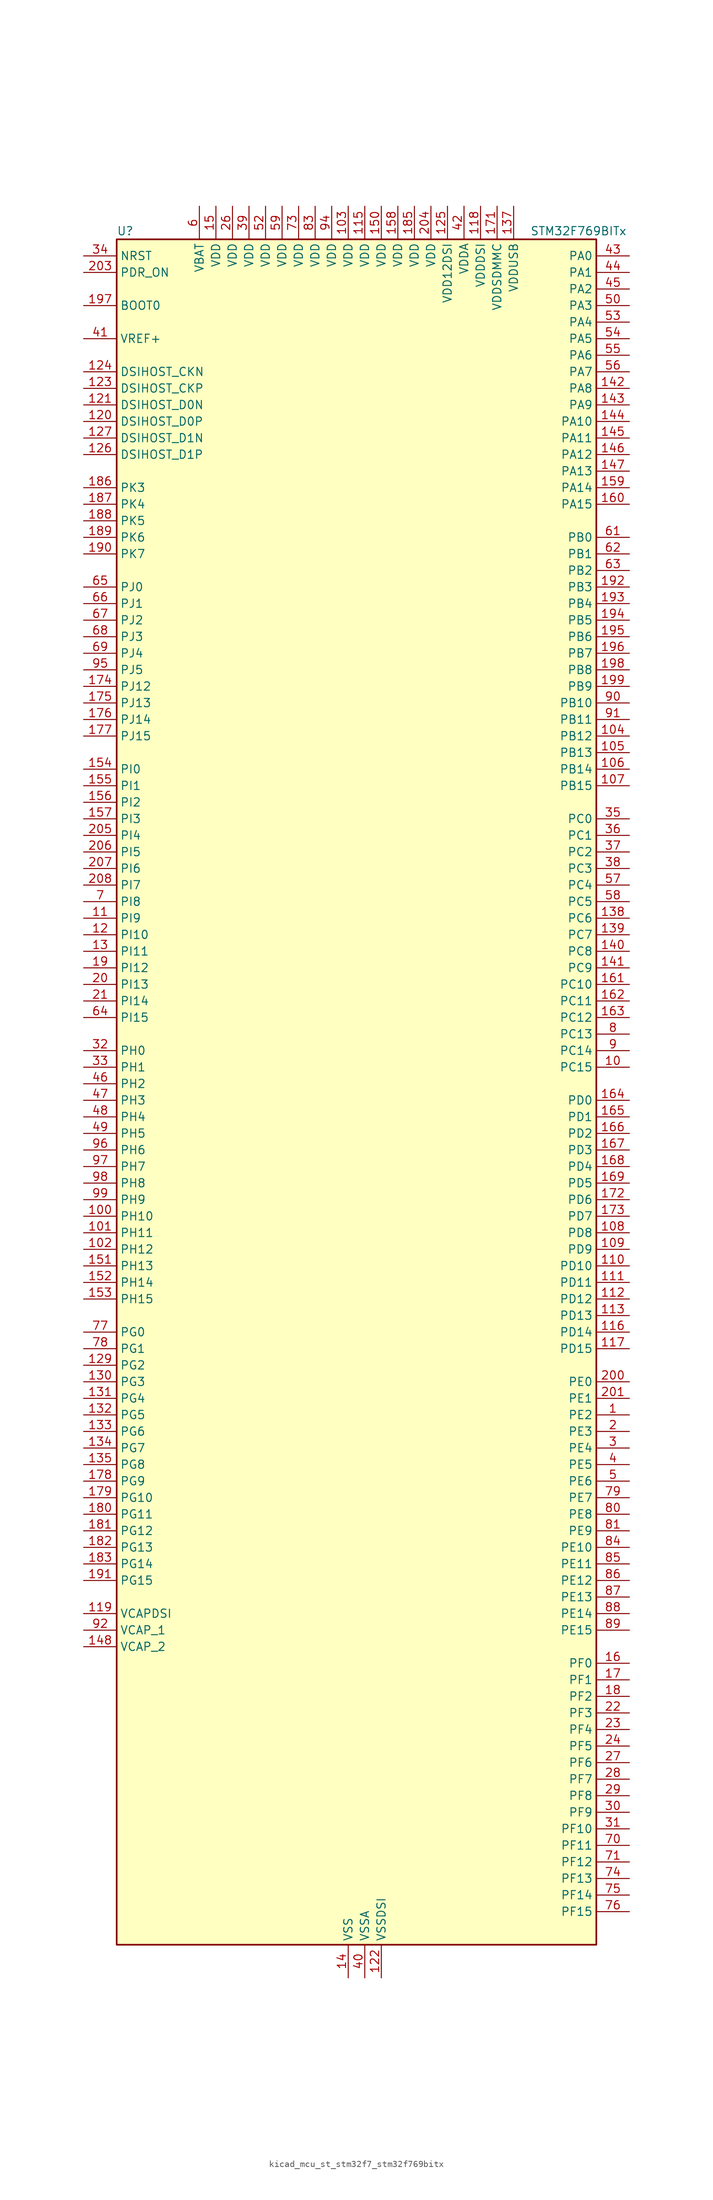
<source format=kicad_sym>
(kicad_symbol_lib
  (version 20220914)
  (generator kicad_symbol_editor)
  (symbol "kicad_mcu_st_stm32f7_stm32f769bitx"
    (property "Reference" "U"
      (at -35.56 133.35 0)
      (effects (font (size 1.27 1.27)) (justify left)))
    (property "Value" "STM32F769BITx"
      (at 27.94 133.35 0)
      (effects (font (size 1.27 1.27)) (justify left)))
    (property "ki_locked" ""
      (at 0 0 0)
      (effects (font (size 1.27 1.27))))
    (symbol "kicad_mcu_st_stm32f7_stm32f769bitx_0_1"
      (rectangle (start -35.56 -129.54) (end 38.1 132.08) (stroke (width 0.254) (type default)) (fill (type background))))
    (symbol "kicad_mcu_st_stm32f7_stm32f769bitx_1_1"
      (pin bidirectional line (at 43.18 -48.26 180) (length 5.08) (name "PE2" (effects (font (size 1.27 1.27)))) (number "1" (effects (font (size 1.27 1.27)))) (alternate "ETH_TXD3" bidirectional line) (alternate "FMC_A23" bidirectional line) (alternate "QUADSPI_BK1_IO2" bidirectional line) (alternate "SAI1_MCLK_A" bidirectional line) (alternate "SPI4_SCK" bidirectional line) (alternate "SYS_TRACECLK" bidirectional line))
      (pin bidirectional line (at 43.18 5.08 180) (length 5.08) (name "PC15" (effects (font (size 1.27 1.27)))) (number "10" (effects (font (size 1.27 1.27)))) (alternate "RCC_OSC32_OUT" bidirectional line))
      (pin bidirectional line (at -40.64 -17.78 0) (length 5.08) (name "PH10" (effects (font (size 1.27 1.27)))) (number "100" (effects (font (size 1.27 1.27)))) (alternate "DCMI_D1" bidirectional line) (alternate "FMC_D18" bidirectional line) (alternate "I2C4_SMBA" bidirectional line) (alternate "LTDC_R4" bidirectional line) (alternate "TIM5_CH1" bidirectional line))
      (pin bidirectional line (at -40.64 -20.32 0) (length 5.08) (name "PH11" (effects (font (size 1.27 1.27)))) (number "101" (effects (font (size 1.27 1.27)))) (alternate "ADC1_EXTI11" bidirectional line) (alternate "ADC2_EXTI11" bidirectional line) (alternate "ADC3_EXTI11" bidirectional line) (alternate "DCMI_D2" bidirectional line) (alternate "FMC_D19" bidirectional line) (alternate "I2C4_SCL" bidirectional line) (alternate "LTDC_R5" bidirectional line) (alternate "TIM5_CH2" bidirectional line))
      (pin bidirectional line (at -40.64 -22.86 0) (length 5.08) (name "PH12" (effects (font (size 1.27 1.27)))) (number "102" (effects (font (size 1.27 1.27)))) (alternate "DCMI_D3" bidirectional line) (alternate "FMC_D20" bidirectional line) (alternate "I2C4_SDA" bidirectional line) (alternate "LTDC_R6" bidirectional line) (alternate "TIM5_CH3" bidirectional line))
      (pin power_in line (at 0 137.16 270) (length 5.08) (name "VDD" (effects (font (size 1.27 1.27)))) (number "103" (effects (font (size 1.27 1.27)))))
      (pin bidirectional line (at 43.18 55.88 180) (length 5.08) (name "PB12" (effects (font (size 1.27 1.27)))) (number "104" (effects (font (size 1.27 1.27)))) (alternate "CAN2_RX" bidirectional line) (alternate "DFSDM1_DATIN1" bidirectional line) (alternate "ETH_TXD0" bidirectional line) (alternate "I2C2_SMBA" bidirectional line) (alternate "I2S2_WS" bidirectional line) (alternate "SPI2_NSS" bidirectional line) (alternate "TIM1_BKIN" bidirectional line) (alternate "UART5_RX" bidirectional line) (alternate "USART3_CK" bidirectional line) (alternate "USB_OTG_HS_ID" bidirectional line) (alternate "USB_OTG_HS_ULPI_D5" bidirectional line))
      (pin bidirectional line (at 43.18 53.34 180) (length 5.08) (name "PB13" (effects (font (size 1.27 1.27)))) (number "105" (effects (font (size 1.27 1.27)))) (alternate "CAN2_TX" bidirectional line) (alternate "DFSDM1_CKIN1" bidirectional line) (alternate "ETH_TXD1" bidirectional line) (alternate "I2S2_CK" bidirectional line) (alternate "SPI2_SCK" bidirectional line) (alternate "TIM1_CH1N" bidirectional line) (alternate "UART5_TX" bidirectional line) (alternate "USART3_CTS" bidirectional line) (alternate "USB_OTG_HS_ULPI_D6" bidirectional line) (alternate "USB_OTG_HS_VBUS" bidirectional line))
      (pin bidirectional line (at 43.18 50.8 180) (length 5.08) (name "PB14" (effects (font (size 1.27 1.27)))) (number "106" (effects (font (size 1.27 1.27)))) (alternate "DFSDM1_DATIN2" bidirectional line) (alternate "SDMMC2_D0" bidirectional line) (alternate "SPI2_MISO" bidirectional line) (alternate "TIM12_CH1" bidirectional line) (alternate "TIM1_CH2N" bidirectional line) (alternate "TIM8_CH2N" bidirectional line) (alternate "UART4_DE" bidirectional line) (alternate "UART4_RTS" bidirectional line) (alternate "USART1_TX" bidirectional line) (alternate "USART3_DE" bidirectional line) (alternate "USART3_RTS" bidirectional line) (alternate "USB_OTG_HS_DM" bidirectional line))
      (pin bidirectional line (at 43.18 48.26 180) (length 5.08) (name "PB15" (effects (font (size 1.27 1.27)))) (number "107" (effects (font (size 1.27 1.27)))) (alternate "DFSDM1_CKIN2" bidirectional line) (alternate "I2S2_SD" bidirectional line) (alternate "RTC_REFIN" bidirectional line) (alternate "SDMMC2_D1" bidirectional line) (alternate "SPI2_MOSI" bidirectional line) (alternate "TIM12_CH2" bidirectional line) (alternate "TIM1_CH3N" bidirectional line) (alternate "TIM8_CH3N" bidirectional line) (alternate "UART4_CTS" bidirectional line) (alternate "USART1_RX" bidirectional line) (alternate "USB_OTG_HS_DP" bidirectional line))
      (pin bidirectional line (at 43.18 -20.32 180) (length 5.08) (name "PD8" (effects (font (size 1.27 1.27)))) (number "108" (effects (font (size 1.27 1.27)))) (alternate "DFSDM1_CKIN3" bidirectional line) (alternate "FMC_D13" bidirectional line) (alternate "FMC_DA13" bidirectional line) (alternate "SPDIFRX_IN1" bidirectional line) (alternate "USART3_TX" bidirectional line))
      (pin bidirectional line (at 43.18 -22.86 180) (length 5.08) (name "PD9" (effects (font (size 1.27 1.27)))) (number "109" (effects (font (size 1.27 1.27)))) (alternate "DAC_EXTI9" bidirectional line) (alternate "DFSDM1_DATIN3" bidirectional line) (alternate "FMC_D14" bidirectional line) (alternate "FMC_DA14" bidirectional line) (alternate "USART3_RX" bidirectional line))
      (pin bidirectional line (at -40.64 27.94 0) (length 5.08) (name "PI9" (effects (font (size 1.27 1.27)))) (number "11" (effects (font (size 1.27 1.27)))) (alternate "CAN1_RX" bidirectional line) (alternate "DAC_EXTI9" bidirectional line) (alternate "FMC_D30" bidirectional line) (alternate "LTDC_VSYNC" bidirectional line) (alternate "UART4_RX" bidirectional line))
      (pin bidirectional line (at 43.18 -25.4 180) (length 5.08) (name "PD10" (effects (font (size 1.27 1.27)))) (number "110" (effects (font (size 1.27 1.27)))) (alternate "DFSDM1_CKOUT" bidirectional line) (alternate "FMC_D15" bidirectional line) (alternate "FMC_DA15" bidirectional line) (alternate "LTDC_B3" bidirectional line) (alternate "USART3_CK" bidirectional line))
      (pin bidirectional line (at 43.18 -27.94 180) (length 5.08) (name "PD11" (effects (font (size 1.27 1.27)))) (number "111" (effects (font (size 1.27 1.27)))) (alternate "ADC1_EXTI11" bidirectional line) (alternate "ADC2_EXTI11" bidirectional line) (alternate "ADC3_EXTI11" bidirectional line) (alternate "FMC_A16" bidirectional line) (alternate "FMC_CLE" bidirectional line) (alternate "I2C4_SMBA" bidirectional line) (alternate "QUADSPI_BK1_IO0" bidirectional line) (alternate "SAI2_SD_A" bidirectional line) (alternate "USART3_CTS" bidirectional line))
      (pin bidirectional line (at 43.18 -30.48 180) (length 5.08) (name "PD12" (effects (font (size 1.27 1.27)))) (number "112" (effects (font (size 1.27 1.27)))) (alternate "FMC_A17" bidirectional line) (alternate "FMC_ALE" bidirectional line) (alternate "I2C4_SCL" bidirectional line) (alternate "LPTIM1_IN1" bidirectional line) (alternate "QUADSPI_BK1_IO1" bidirectional line) (alternate "SAI2_FS_A" bidirectional line) (alternate "TIM4_CH1" bidirectional line) (alternate "USART3_DE" bidirectional line) (alternate "USART3_RTS" bidirectional line))
      (pin bidirectional line (at 43.18 -33.02 180) (length 5.08) (name "PD13" (effects (font (size 1.27 1.27)))) (number "113" (effects (font (size 1.27 1.27)))) (alternate "FMC_A18" bidirectional line) (alternate "I2C4_SDA" bidirectional line) (alternate "LPTIM1_OUT" bidirectional line) (alternate "QUADSPI_BK1_IO3" bidirectional line) (alternate "SAI2_SCK_A" bidirectional line) (alternate "TIM4_CH2" bidirectional line))
      (pin passive line (at 0 -134.62 90) (length 5.08) hide (name "VSS" (effects (font (size 1.27 1.27)))) (number "114" (effects (font (size 1.27 1.27)))))
      (pin power_in line (at 2.54 137.16 270) (length 5.08) (name "VDD" (effects (font (size 1.27 1.27)))) (number "115" (effects (font (size 1.27 1.27)))))
      (pin bidirectional line (at 43.18 -35.56 180) (length 5.08) (name "PD14" (effects (font (size 1.27 1.27)))) (number "116" (effects (font (size 1.27 1.27)))) (alternate "FMC_D0" bidirectional line) (alternate "FMC_DA0" bidirectional line) (alternate "TIM4_CH3" bidirectional line) (alternate "UART8_CTS" bidirectional line))
      (pin bidirectional line (at 43.18 -38.1 180) (length 5.08) (name "PD15" (effects (font (size 1.27 1.27)))) (number "117" (effects (font (size 1.27 1.27)))) (alternate "FMC_D1" bidirectional line) (alternate "FMC_DA1" bidirectional line) (alternate "TIM4_CH4" bidirectional line) (alternate "UART8_DE" bidirectional line) (alternate "UART8_RTS" bidirectional line))
      (pin power_in line (at 20.32 137.16 270) (length 5.08) (name "VDDDSI" (effects (font (size 1.27 1.27)))) (number "118" (effects (font (size 1.27 1.27)))))
      (pin power_out line (at -40.64 -78.74 0) (length 5.08) (name "VCAPDSI" (effects (font (size 1.27 1.27)))) (number "119" (effects (font (size 1.27 1.27)))))
      (pin bidirectional line (at -40.64 25.4 0) (length 5.08) (name "PI10" (effects (font (size 1.27 1.27)))) (number "12" (effects (font (size 1.27 1.27)))) (alternate "ETH_RX_ER" bidirectional line) (alternate "FMC_D31" bidirectional line) (alternate "LTDC_HSYNC" bidirectional line))
      (pin bidirectional line (at -40.64 104.14 0) (length 5.08) (name "DSIHOST_D0P" (effects (font (size 1.27 1.27)))) (number "120" (effects (font (size 1.27 1.27)))) (alternate "DSIHOST_D0P" bidirectional line))
      (pin bidirectional line (at -40.64 106.68 0) (length 5.08) (name "DSIHOST_D0N" (effects (font (size 1.27 1.27)))) (number "121" (effects (font (size 1.27 1.27)))) (alternate "DSIHOST_D0N" bidirectional line))
      (pin power_in line (at 5.08 -134.62 90) (length 5.08) (name "VSSDSI" (effects (font (size 1.27 1.27)))) (number "122" (effects (font (size 1.27 1.27)))))
      (pin bidirectional line (at -40.64 109.22 0) (length 5.08) (name "DSIHOST_CKP" (effects (font (size 1.27 1.27)))) (number "123" (effects (font (size 1.27 1.27)))) (alternate "DSIHOST_CKP" bidirectional line))
      (pin bidirectional line (at -40.64 111.76 0) (length 5.08) (name "DSIHOST_CKN" (effects (font (size 1.27 1.27)))) (number "124" (effects (font (size 1.27 1.27)))) (alternate "DSIHOST_CKN" bidirectional line))
      (pin power_in line (at 15.24 137.16 270) (length 5.08) (name "VDD12DSI" (effects (font (size 1.27 1.27)))) (number "125" (effects (font (size 1.27 1.27)))))
      (pin bidirectional line (at -40.64 99.06 0) (length 5.08) (name "DSIHOST_D1P" (effects (font (size 1.27 1.27)))) (number "126" (effects (font (size 1.27 1.27)))) (alternate "DSIHOST_D1P" bidirectional line))
      (pin bidirectional line (at -40.64 101.6 0) (length 5.08) (name "DSIHOST_D1N" (effects (font (size 1.27 1.27)))) (number "127" (effects (font (size 1.27 1.27)))) (alternate "DSIHOST_D1N" bidirectional line))
      (pin passive line (at 5.08 -134.62 90) (length 5.08) hide (name "VSSDSI" (effects (font (size 1.27 1.27)))) (number "128" (effects (font (size 1.27 1.27)))))
      (pin bidirectional line (at -40.64 -40.64 0) (length 5.08) (name "PG2" (effects (font (size 1.27 1.27)))) (number "129" (effects (font (size 1.27 1.27)))) (alternate "FMC_A12" bidirectional line))
      (pin bidirectional line (at -40.64 22.86 0) (length 5.08) (name "PI11" (effects (font (size 1.27 1.27)))) (number "13" (effects (font (size 1.27 1.27)))) (alternate "ADC1_EXTI11" bidirectional line) (alternate "ADC2_EXTI11" bidirectional line) (alternate "ADC3_EXTI11" bidirectional line) (alternate "LTDC_G6" bidirectional line) (alternate "SYS_WKUP6" bidirectional line) (alternate "USB_OTG_HS_ULPI_DIR" bidirectional line))
      (pin bidirectional line (at -40.64 -43.18 0) (length 5.08) (name "PG3" (effects (font (size 1.27 1.27)))) (number "130" (effects (font (size 1.27 1.27)))) (alternate "FMC_A13" bidirectional line))
      (pin bidirectional line (at -40.64 -45.72 0) (length 5.08) (name "PG4" (effects (font (size 1.27 1.27)))) (number "131" (effects (font (size 1.27 1.27)))) (alternate "FMC_A14" bidirectional line) (alternate "FMC_BA0" bidirectional line))
      (pin bidirectional line (at -40.64 -48.26 0) (length 5.08) (name "PG5" (effects (font (size 1.27 1.27)))) (number "132" (effects (font (size 1.27 1.27)))) (alternate "FMC_A15" bidirectional line) (alternate "FMC_BA1" bidirectional line))
      (pin bidirectional line (at -40.64 -50.8 0) (length 5.08) (name "PG6" (effects (font (size 1.27 1.27)))) (number "133" (effects (font (size 1.27 1.27)))) (alternate "DCMI_D12" bidirectional line) (alternate "FMC_NE3" bidirectional line) (alternate "LTDC_R7" bidirectional line))
      (pin bidirectional line (at -40.64 -53.34 0) (length 5.08) (name "PG7" (effects (font (size 1.27 1.27)))) (number "134" (effects (font (size 1.27 1.27)))) (alternate "DCMI_D13" bidirectional line) (alternate "FMC_INT" bidirectional line) (alternate "LTDC_CLK" bidirectional line) (alternate "SAI1_MCLK_A" bidirectional line) (alternate "USART6_CK" bidirectional line))
      (pin bidirectional line (at -40.64 -55.88 0) (length 5.08) (name "PG8" (effects (font (size 1.27 1.27)))) (number "135" (effects (font (size 1.27 1.27)))) (alternate "ETH_PPS_OUT" bidirectional line) (alternate "FMC_SDCLK" bidirectional line) (alternate "LTDC_G7" bidirectional line) (alternate "SPDIFRX_IN2" bidirectional line) (alternate "SPI6_NSS" bidirectional line) (alternate "USART6_DE" bidirectional line) (alternate "USART6_RTS" bidirectional line))
      (pin passive line (at 0 -134.62 90) (length 5.08) hide (name "VSS" (effects (font (size 1.27 1.27)))) (number "136" (effects (font (size 1.27 1.27)))))
      (pin power_in line (at 25.4 137.16 270) (length 5.08) (name "VDDUSB" (effects (font (size 1.27 1.27)))) (number "137" (effects (font (size 1.27 1.27)))))
      (pin bidirectional line (at 43.18 27.94 180) (length 5.08) (name "PC6" (effects (font (size 1.27 1.27)))) (number "138" (effects (font (size 1.27 1.27)))) (alternate "DCMI_D0" bidirectional line) (alternate "DFSDM1_CKIN3" bidirectional line) (alternate "FMC_NWAIT" bidirectional line) (alternate "I2S2_MCK" bidirectional line) (alternate "LTDC_HSYNC" bidirectional line) (alternate "SDMMC1_D6" bidirectional line) (alternate "SDMMC2_D6" bidirectional line) (alternate "TIM3_CH1" bidirectional line) (alternate "TIM8_CH1" bidirectional line) (alternate "USART6_TX" bidirectional line))
      (pin bidirectional line (at 43.18 25.4 180) (length 5.08) (name "PC7" (effects (font (size 1.27 1.27)))) (number "139" (effects (font (size 1.27 1.27)))) (alternate "DCMI_D1" bidirectional line) (alternate "DFSDM1_DATIN3" bidirectional line) (alternate "FMC_NE1" bidirectional line) (alternate "I2S3_MCK" bidirectional line) (alternate "LTDC_G6" bidirectional line) (alternate "SDMMC1_D7" bidirectional line) (alternate "SDMMC2_D7" bidirectional line) (alternate "TIM3_CH2" bidirectional line) (alternate "TIM8_CH2" bidirectional line) (alternate "USART6_RX" bidirectional line))
      (pin power_in line (at 0 -134.62 90) (length 5.08) (name "VSS" (effects (font (size 1.27 1.27)))) (number "14" (effects (font (size 1.27 1.27)))))
      (pin bidirectional line (at 43.18 22.86 180) (length 5.08) (name "PC8" (effects (font (size 1.27 1.27)))) (number "140" (effects (font (size 1.27 1.27)))) (alternate "DCMI_D2" bidirectional line) (alternate "FMC_NCE" bidirectional line) (alternate "FMC_NE2" bidirectional line) (alternate "SDMMC1_D0" bidirectional line) (alternate "SYS_TRACED1" bidirectional line) (alternate "TIM3_CH3" bidirectional line) (alternate "TIM8_CH3" bidirectional line) (alternate "UART5_DE" bidirectional line) (alternate "UART5_RTS" bidirectional line) (alternate "USART6_CK" bidirectional line))
      (pin bidirectional line (at 43.18 20.32 180) (length 5.08) (name "PC9" (effects (font (size 1.27 1.27)))) (number "141" (effects (font (size 1.27 1.27)))) (alternate "DAC_EXTI9" bidirectional line) (alternate "DCMI_D3" bidirectional line) (alternate "I2C3_SDA" bidirectional line) (alternate "I2S_CKIN" bidirectional line) (alternate "LTDC_B2" bidirectional line) (alternate "LTDC_G3" bidirectional line) (alternate "QUADSPI_BK1_IO0" bidirectional line) (alternate "RCC_MCO_2" bidirectional line) (alternate "SDMMC1_D1" bidirectional line) (alternate "TIM3_CH4" bidirectional line) (alternate "TIM8_CH4" bidirectional line) (alternate "UART5_CTS" bidirectional line))
      (pin bidirectional line (at 43.18 109.22 180) (length 5.08) (name "PA8" (effects (font (size 1.27 1.27)))) (number "142" (effects (font (size 1.27 1.27)))) (alternate "CAN3_RX" bidirectional line) (alternate "I2C3_SCL" bidirectional line) (alternate "LTDC_B3" bidirectional line) (alternate "LTDC_R6" bidirectional line) (alternate "RCC_MCO_1" bidirectional line) (alternate "TIM1_CH1" bidirectional line) (alternate "TIM8_BKIN2" bidirectional line) (alternate "UART7_RX" bidirectional line) (alternate "USART1_CK" bidirectional line) (alternate "USB_OTG_FS_SOF" bidirectional line))
      (pin bidirectional line (at 43.18 106.68 180) (length 5.08) (name "PA9" (effects (font (size 1.27 1.27)))) (number "143" (effects (font (size 1.27 1.27)))) (alternate "DAC_EXTI9" bidirectional line) (alternate "DCMI_D0" bidirectional line) (alternate "I2C3_SMBA" bidirectional line) (alternate "I2S2_CK" bidirectional line) (alternate "LTDC_R5" bidirectional line) (alternate "SPI2_SCK" bidirectional line) (alternate "TIM1_CH2" bidirectional line) (alternate "USART1_TX" bidirectional line) (alternate "USB_OTG_FS_VBUS" bidirectional line))
      (pin bidirectional line (at 43.18 104.14 180) (length 5.08) (name "PA10" (effects (font (size 1.27 1.27)))) (number "144" (effects (font (size 1.27 1.27)))) (alternate "DCMI_D1" bidirectional line) (alternate "LTDC_B1" bidirectional line) (alternate "LTDC_B4" bidirectional line) (alternate "MDIOS_MDIO" bidirectional line) (alternate "TIM1_CH3" bidirectional line) (alternate "USART1_RX" bidirectional line) (alternate "USB_OTG_FS_ID" bidirectional line))
      (pin bidirectional line (at 43.18 101.6 180) (length 5.08) (name "PA11" (effects (font (size 1.27 1.27)))) (number "145" (effects (font (size 1.27 1.27)))) (alternate "ADC1_EXTI11" bidirectional line) (alternate "ADC2_EXTI11" bidirectional line) (alternate "ADC3_EXTI11" bidirectional line) (alternate "CAN1_RX" bidirectional line) (alternate "I2S2_WS" bidirectional line) (alternate "LTDC_R4" bidirectional line) (alternate "SPI2_NSS" bidirectional line) (alternate "TIM1_CH4" bidirectional line) (alternate "UART4_RX" bidirectional line) (alternate "USART1_CTS" bidirectional line) (alternate "USB_OTG_FS_DM" bidirectional line))
      (pin bidirectional line (at 43.18 99.06 180) (length 5.08) (name "PA12" (effects (font (size 1.27 1.27)))) (number "146" (effects (font (size 1.27 1.27)))) (alternate "CAN1_TX" bidirectional line) (alternate "I2S2_CK" bidirectional line) (alternate "LTDC_R5" bidirectional line) (alternate "SAI2_FS_B" bidirectional line) (alternate "SPI2_SCK" bidirectional line) (alternate "TIM1_ETR" bidirectional line) (alternate "UART4_TX" bidirectional line) (alternate "USART1_DE" bidirectional line) (alternate "USART1_RTS" bidirectional line) (alternate "USB_OTG_FS_DP" bidirectional line))
      (pin bidirectional line (at 43.18 96.52 180) (length 5.08) (name "PA13" (effects (font (size 1.27 1.27)))) (number "147" (effects (font (size 1.27 1.27)))) (alternate "SYS_JTMS-SWDIO" bidirectional line))
      (pin power_out line (at -40.64 -83.82 0) (length 5.08) (name "VCAP_2" (effects (font (size 1.27 1.27)))) (number "148" (effects (font (size 1.27 1.27)))))
      (pin passive line (at 0 -134.62 90) (length 5.08) hide (name "VSS" (effects (font (size 1.27 1.27)))) (number "149" (effects (font (size 1.27 1.27)))))
      (pin power_in line (at -20.32 137.16 270) (length 5.08) (name "VDD" (effects (font (size 1.27 1.27)))) (number "15" (effects (font (size 1.27 1.27)))))
      (pin power_in line (at 5.08 137.16 270) (length 5.08) (name "VDD" (effects (font (size 1.27 1.27)))) (number "150" (effects (font (size 1.27 1.27)))))
      (pin bidirectional line (at -40.64 -25.4 0) (length 5.08) (name "PH13" (effects (font (size 1.27 1.27)))) (number "151" (effects (font (size 1.27 1.27)))) (alternate "CAN1_TX" bidirectional line) (alternate "FMC_D21" bidirectional line) (alternate "LTDC_G2" bidirectional line) (alternate "TIM8_CH1N" bidirectional line) (alternate "UART4_TX" bidirectional line))
      (pin bidirectional line (at -40.64 -27.94 0) (length 5.08) (name "PH14" (effects (font (size 1.27 1.27)))) (number "152" (effects (font (size 1.27 1.27)))) (alternate "CAN1_RX" bidirectional line) (alternate "DCMI_D4" bidirectional line) (alternate "FMC_D22" bidirectional line) (alternate "LTDC_G3" bidirectional line) (alternate "TIM8_CH2N" bidirectional line) (alternate "UART4_RX" bidirectional line))
      (pin bidirectional line (at -40.64 -30.48 0) (length 5.08) (name "PH15" (effects (font (size 1.27 1.27)))) (number "153" (effects (font (size 1.27 1.27)))) (alternate "DCMI_D11" bidirectional line) (alternate "FMC_D23" bidirectional line) (alternate "LTDC_G4" bidirectional line) (alternate "TIM8_CH3N" bidirectional line))
      (pin bidirectional line (at -40.64 50.8 0) (length 5.08) (name "PI0" (effects (font (size 1.27 1.27)))) (number "154" (effects (font (size 1.27 1.27)))) (alternate "DCMI_D13" bidirectional line) (alternate "FMC_D24" bidirectional line) (alternate "I2S2_WS" bidirectional line) (alternate "LTDC_G5" bidirectional line) (alternate "SPI2_NSS" bidirectional line) (alternate "TIM5_CH4" bidirectional line))
      (pin bidirectional line (at -40.64 48.26 0) (length 5.08) (name "PI1" (effects (font (size 1.27 1.27)))) (number "155" (effects (font (size 1.27 1.27)))) (alternate "DCMI_D8" bidirectional line) (alternate "FMC_D25" bidirectional line) (alternate "I2S2_CK" bidirectional line) (alternate "LTDC_G6" bidirectional line) (alternate "SPI2_SCK" bidirectional line) (alternate "TIM8_BKIN2" bidirectional line))
      (pin bidirectional line (at -40.64 45.72 0) (length 5.08) (name "PI2" (effects (font (size 1.27 1.27)))) (number "156" (effects (font (size 1.27 1.27)))) (alternate "DCMI_D9" bidirectional line) (alternate "FMC_D26" bidirectional line) (alternate "LTDC_G7" bidirectional line) (alternate "SPI2_MISO" bidirectional line) (alternate "TIM8_CH4" bidirectional line))
      (pin bidirectional line (at -40.64 43.18 0) (length 5.08) (name "PI3" (effects (font (size 1.27 1.27)))) (number "157" (effects (font (size 1.27 1.27)))) (alternate "DCMI_D10" bidirectional line) (alternate "FMC_D27" bidirectional line) (alternate "I2S2_SD" bidirectional line) (alternate "SPI2_MOSI" bidirectional line) (alternate "TIM8_ETR" bidirectional line))
      (pin power_in line (at 7.62 137.16 270) (length 5.08) (name "VDD" (effects (font (size 1.27 1.27)))) (number "158" (effects (font (size 1.27 1.27)))))
      (pin bidirectional line (at 43.18 93.98 180) (length 5.08) (name "PA14" (effects (font (size 1.27 1.27)))) (number "159" (effects (font (size 1.27 1.27)))) (alternate "SYS_JTCK-SWCLK" bidirectional line))
      (pin bidirectional line (at 43.18 -86.36 180) (length 5.08) (name "PF0" (effects (font (size 1.27 1.27)))) (number "16" (effects (font (size 1.27 1.27)))) (alternate "FMC_A0" bidirectional line) (alternate "I2C2_SDA" bidirectional line))
      (pin bidirectional line (at 43.18 91.44 180) (length 5.08) (name "PA15" (effects (font (size 1.27 1.27)))) (number "160" (effects (font (size 1.27 1.27)))) (alternate "CAN3_TX" bidirectional line) (alternate "CEC" bidirectional line) (alternate "I2S1_WS" bidirectional line) (alternate "I2S3_WS" bidirectional line) (alternate "SPI1_NSS" bidirectional line) (alternate "SPI3_NSS" bidirectional line) (alternate "SPI6_NSS" bidirectional line) (alternate "SYS_JTDI" bidirectional line) (alternate "TIM2_CH1" bidirectional line) (alternate "TIM2_ETR" bidirectional line) (alternate "UART4_DE" bidirectional line) (alternate "UART4_RTS" bidirectional line) (alternate "UART7_TX" bidirectional line))
      (pin bidirectional line (at 43.18 17.78 180) (length 5.08) (name "PC10" (effects (font (size 1.27 1.27)))) (number "161" (effects (font (size 1.27 1.27)))) (alternate "DCMI_D8" bidirectional line) (alternate "DFSDM1_CKIN5" bidirectional line) (alternate "I2S3_CK" bidirectional line) (alternate "LTDC_R2" bidirectional line) (alternate "QUADSPI_BK1_IO1" bidirectional line) (alternate "SDMMC1_D2" bidirectional line) (alternate "SPI3_SCK" bidirectional line) (alternate "UART4_TX" bidirectional line) (alternate "USART3_TX" bidirectional line))
      (pin bidirectional line (at 43.18 15.24 180) (length 5.08) (name "PC11" (effects (font (size 1.27 1.27)))) (number "162" (effects (font (size 1.27 1.27)))) (alternate "ADC1_EXTI11" bidirectional line) (alternate "ADC2_EXTI11" bidirectional line) (alternate "ADC3_EXTI11" bidirectional line) (alternate "DCMI_D4" bidirectional line) (alternate "DFSDM1_DATIN5" bidirectional line) (alternate "QUADSPI_BK2_NCS" bidirectional line) (alternate "SDMMC1_D3" bidirectional line) (alternate "SPI3_MISO" bidirectional line) (alternate "UART4_RX" bidirectional line) (alternate "USART3_RX" bidirectional line))
      (pin bidirectional line (at 43.18 12.7 180) (length 5.08) (name "PC12" (effects (font (size 1.27 1.27)))) (number "163" (effects (font (size 1.27 1.27)))) (alternate "DCMI_D9" bidirectional line) (alternate "I2S3_SD" bidirectional line) (alternate "SDMMC1_CK" bidirectional line) (alternate "SPI3_MOSI" bidirectional line) (alternate "SYS_TRACED3" bidirectional line) (alternate "UART5_TX" bidirectional line) (alternate "USART3_CK" bidirectional line))
      (pin bidirectional line (at 43.18 0 180) (length 5.08) (name "PD0" (effects (font (size 1.27 1.27)))) (number "164" (effects (font (size 1.27 1.27)))) (alternate "CAN1_RX" bidirectional line) (alternate "DFSDM1_CKIN6" bidirectional line) (alternate "DFSDM1_DATIN7" bidirectional line) (alternate "FMC_D2" bidirectional line) (alternate "FMC_DA2" bidirectional line) (alternate "UART4_RX" bidirectional line))
      (pin bidirectional line (at 43.18 -2.54 180) (length 5.08) (name "PD1" (effects (font (size 1.27 1.27)))) (number "165" (effects (font (size 1.27 1.27)))) (alternate "CAN1_TX" bidirectional line) (alternate "DFSDM1_CKIN7" bidirectional line) (alternate "DFSDM1_DATIN6" bidirectional line) (alternate "FMC_D3" bidirectional line) (alternate "FMC_DA3" bidirectional line) (alternate "UART4_TX" bidirectional line))
      (pin bidirectional line (at 43.18 -5.08 180) (length 5.08) (name "PD2" (effects (font (size 1.27 1.27)))) (number "166" (effects (font (size 1.27 1.27)))) (alternate "DCMI_D11" bidirectional line) (alternate "SDMMC1_CMD" bidirectional line) (alternate "SYS_TRACED2" bidirectional line) (alternate "TIM3_ETR" bidirectional line) (alternate "UART5_RX" bidirectional line))
      (pin bidirectional line (at 43.18 -7.62 180) (length 5.08) (name "PD3" (effects (font (size 1.27 1.27)))) (number "167" (effects (font (size 1.27 1.27)))) (alternate "DCMI_D5" bidirectional line) (alternate "DFSDM1_CKOUT" bidirectional line) (alternate "DFSDM1_DATIN0" bidirectional line) (alternate "FMC_CLK" bidirectional line) (alternate "I2S2_CK" bidirectional line) (alternate "LTDC_G7" bidirectional line) (alternate "SPI2_SCK" bidirectional line) (alternate "USART2_CTS" bidirectional line))
      (pin bidirectional line (at 43.18 -10.16 180) (length 5.08) (name "PD4" (effects (font (size 1.27 1.27)))) (number "168" (effects (font (size 1.27 1.27)))) (alternate "DFSDM1_CKIN0" bidirectional line) (alternate "FMC_NOE" bidirectional line) (alternate "USART2_DE" bidirectional line) (alternate "USART2_RTS" bidirectional line))
      (pin bidirectional line (at 43.18 -12.7 180) (length 5.08) (name "PD5" (effects (font (size 1.27 1.27)))) (number "169" (effects (font (size 1.27 1.27)))) (alternate "FMC_NWE" bidirectional line) (alternate "USART2_TX" bidirectional line))
      (pin bidirectional line (at 43.18 -88.9 180) (length 5.08) (name "PF1" (effects (font (size 1.27 1.27)))) (number "17" (effects (font (size 1.27 1.27)))) (alternate "FMC_A1" bidirectional line) (alternate "I2C2_SCL" bidirectional line))
      (pin passive line (at 0 -134.62 90) (length 5.08) hide (name "VSS" (effects (font (size 1.27 1.27)))) (number "170" (effects (font (size 1.27 1.27)))))
      (pin power_in line (at 22.86 137.16 270) (length 5.08) (name "VDDSDMMC" (effects (font (size 1.27 1.27)))) (number "171" (effects (font (size 1.27 1.27)))))
      (pin bidirectional line (at 43.18 -15.24 180) (length 5.08) (name "PD6" (effects (font (size 1.27 1.27)))) (number "172" (effects (font (size 1.27 1.27)))) (alternate "DCMI_D10" bidirectional line) (alternate "DFSDM1_CKIN4" bidirectional line) (alternate "DFSDM1_DATIN1" bidirectional line) (alternate "FMC_NWAIT" bidirectional line) (alternate "I2S3_SD" bidirectional line) (alternate "LTDC_B2" bidirectional line) (alternate "SAI1_SD_A" bidirectional line) (alternate "SDMMC2_CK" bidirectional line) (alternate "SPI3_MOSI" bidirectional line) (alternate "USART2_RX" bidirectional line))
      (pin bidirectional line (at 43.18 -17.78 180) (length 5.08) (name "PD7" (effects (font (size 1.27 1.27)))) (number "173" (effects (font (size 1.27 1.27)))) (alternate "DFSDM1_CKIN1" bidirectional line) (alternate "DFSDM1_DATIN4" bidirectional line) (alternate "FMC_NE1" bidirectional line) (alternate "I2S1_SD" bidirectional line) (alternate "SDMMC2_CMD" bidirectional line) (alternate "SPDIFRX_IN0" bidirectional line) (alternate "SPI1_MOSI" bidirectional line) (alternate "USART2_CK" bidirectional line))
      (pin bidirectional line (at -40.64 63.5 0) (length 5.08) (name "PJ12" (effects (font (size 1.27 1.27)))) (number "174" (effects (font (size 1.27 1.27)))) (alternate "LTDC_B0" bidirectional line) (alternate "LTDC_G3" bidirectional line))
      (pin bidirectional line (at -40.64 60.96 0) (length 5.08) (name "PJ13" (effects (font (size 1.27 1.27)))) (number "175" (effects (font (size 1.27 1.27)))) (alternate "LTDC_B1" bidirectional line) (alternate "LTDC_G4" bidirectional line))
      (pin bidirectional line (at -40.64 58.42 0) (length 5.08) (name "PJ14" (effects (font (size 1.27 1.27)))) (number "176" (effects (font (size 1.27 1.27)))) (alternate "LTDC_B2" bidirectional line))
      (pin bidirectional line (at -40.64 55.88 0) (length 5.08) (name "PJ15" (effects (font (size 1.27 1.27)))) (number "177" (effects (font (size 1.27 1.27)))) (alternate "LTDC_B3" bidirectional line))
      (pin bidirectional line (at -40.64 -58.42 0) (length 5.08) (name "PG9" (effects (font (size 1.27 1.27)))) (number "178" (effects (font (size 1.27 1.27)))) (alternate "DAC_EXTI9" bidirectional line) (alternate "DCMI_VSYNC" bidirectional line) (alternate "FMC_NCE" bidirectional line) (alternate "FMC_NE2" bidirectional line) (alternate "QUADSPI_BK2_IO2" bidirectional line) (alternate "SAI2_FS_B" bidirectional line) (alternate "SDMMC2_D0" bidirectional line) (alternate "SPDIFRX_IN3" bidirectional line) (alternate "SPI1_MISO" bidirectional line) (alternate "USART6_RX" bidirectional line))
      (pin bidirectional line (at -40.64 -60.96 0) (length 5.08) (name "PG10" (effects (font (size 1.27 1.27)))) (number "179" (effects (font (size 1.27 1.27)))) (alternate "DCMI_D2" bidirectional line) (alternate "FMC_NE3" bidirectional line) (alternate "I2S1_WS" bidirectional line) (alternate "LTDC_B2" bidirectional line) (alternate "LTDC_G3" bidirectional line) (alternate "SAI2_SD_B" bidirectional line) (alternate "SDMMC2_D1" bidirectional line) (alternate "SPI1_NSS" bidirectional line))
      (pin bidirectional line (at 43.18 -91.44 180) (length 5.08) (name "PF2" (effects (font (size 1.27 1.27)))) (number "18" (effects (font (size 1.27 1.27)))) (alternate "FMC_A2" bidirectional line) (alternate "I2C2_SMBA" bidirectional line))
      (pin bidirectional line (at -40.64 -63.5 0) (length 5.08) (name "PG11" (effects (font (size 1.27 1.27)))) (number "180" (effects (font (size 1.27 1.27)))) (alternate "ADC1_EXTI11" bidirectional line) (alternate "ADC2_EXTI11" bidirectional line) (alternate "ADC3_EXTI11" bidirectional line) (alternate "DCMI_D3" bidirectional line) (alternate "ETH_TX_EN" bidirectional line) (alternate "I2S1_CK" bidirectional line) (alternate "LTDC_B3" bidirectional line) (alternate "SDMMC2_D2" bidirectional line) (alternate "SPDIFRX_IN0" bidirectional line) (alternate "SPI1_SCK" bidirectional line))
      (pin bidirectional line (at -40.64 -66.04 0) (length 5.08) (name "PG12" (effects (font (size 1.27 1.27)))) (number "181" (effects (font (size 1.27 1.27)))) (alternate "FMC_NE4" bidirectional line) (alternate "LPTIM1_IN1" bidirectional line) (alternate "LTDC_B1" bidirectional line) (alternate "LTDC_B4" bidirectional line) (alternate "SDMMC2_D3" bidirectional line) (alternate "SPDIFRX_IN1" bidirectional line) (alternate "SPI6_MISO" bidirectional line) (alternate "USART6_DE" bidirectional line) (alternate "USART6_RTS" bidirectional line))
      (pin bidirectional line (at -40.64 -68.58 0) (length 5.08) (name "PG13" (effects (font (size 1.27 1.27)))) (number "182" (effects (font (size 1.27 1.27)))) (alternate "ETH_TXD0" bidirectional line) (alternate "FMC_A24" bidirectional line) (alternate "LPTIM1_OUT" bidirectional line) (alternate "LTDC_R0" bidirectional line) (alternate "SPI6_SCK" bidirectional line) (alternate "SYS_TRACED0" bidirectional line) (alternate "USART6_CTS" bidirectional line))
      (pin bidirectional line (at -40.64 -71.12 0) (length 5.08) (name "PG14" (effects (font (size 1.27 1.27)))) (number "183" (effects (font (size 1.27 1.27)))) (alternate "ETH_TXD1" bidirectional line) (alternate "FMC_A25" bidirectional line) (alternate "LPTIM1_ETR" bidirectional line) (alternate "LTDC_B0" bidirectional line) (alternate "QUADSPI_BK2_IO3" bidirectional line) (alternate "SPI6_MOSI" bidirectional line) (alternate "SYS_TRACED1" bidirectional line) (alternate "USART6_TX" bidirectional line))
      (pin passive line (at 0 -134.62 90) (length 5.08) hide (name "VSS" (effects (font (size 1.27 1.27)))) (number "184" (effects (font (size 1.27 1.27)))))
      (pin power_in line (at 10.16 137.16 270) (length 5.08) (name "VDD" (effects (font (size 1.27 1.27)))) (number "185" (effects (font (size 1.27 1.27)))))
      (pin bidirectional line (at -40.64 93.98 0) (length 5.08) (name "PK3" (effects (font (size 1.27 1.27)))) (number "186" (effects (font (size 1.27 1.27)))) (alternate "LTDC_B4" bidirectional line))
      (pin bidirectional line (at -40.64 91.44 0) (length 5.08) (name "PK4" (effects (font (size 1.27 1.27)))) (number "187" (effects (font (size 1.27 1.27)))) (alternate "LTDC_B5" bidirectional line))
      (pin bidirectional line (at -40.64 88.9 0) (length 5.08) (name "PK5" (effects (font (size 1.27 1.27)))) (number "188" (effects (font (size 1.27 1.27)))) (alternate "LTDC_B6" bidirectional line))
      (pin bidirectional line (at -40.64 86.36 0) (length 5.08) (name "PK6" (effects (font (size 1.27 1.27)))) (number "189" (effects (font (size 1.27 1.27)))) (alternate "LTDC_B7" bidirectional line))
      (pin bidirectional line (at -40.64 20.32 0) (length 5.08) (name "PI12" (effects (font (size 1.27 1.27)))) (number "19" (effects (font (size 1.27 1.27)))) (alternate "LTDC_HSYNC" bidirectional line))
      (pin bidirectional line (at -40.64 83.82 0) (length 5.08) (name "PK7" (effects (font (size 1.27 1.27)))) (number "190" (effects (font (size 1.27 1.27)))) (alternate "LTDC_DE" bidirectional line))
      (pin bidirectional line (at -40.64 -73.66 0) (length 5.08) (name "PG15" (effects (font (size 1.27 1.27)))) (number "191" (effects (font (size 1.27 1.27)))) (alternate "DCMI_D13" bidirectional line) (alternate "FMC_SDNCAS" bidirectional line) (alternate "USART6_CTS" bidirectional line))
      (pin bidirectional line (at 43.18 78.74 180) (length 5.08) (name "PB3" (effects (font (size 1.27 1.27)))) (number "192" (effects (font (size 1.27 1.27)))) (alternate "CAN3_RX" bidirectional line) (alternate "I2S1_CK" bidirectional line) (alternate "I2S3_CK" bidirectional line) (alternate "SDMMC2_D2" bidirectional line) (alternate "SPI1_SCK" bidirectional line) (alternate "SPI3_SCK" bidirectional line) (alternate "SPI6_SCK" bidirectional line) (alternate "SYS_JTDO-SWO" bidirectional line) (alternate "TIM2_CH2" bidirectional line) (alternate "UART7_RX" bidirectional line))
      (pin bidirectional line (at 43.18 76.2 180) (length 5.08) (name "PB4" (effects (font (size 1.27 1.27)))) (number "193" (effects (font (size 1.27 1.27)))) (alternate "CAN3_TX" bidirectional line) (alternate "I2S2_WS" bidirectional line) (alternate "SDMMC2_D3" bidirectional line) (alternate "SPI1_MISO" bidirectional line) (alternate "SPI2_NSS" bidirectional line) (alternate "SPI3_MISO" bidirectional line) (alternate "SPI6_MISO" bidirectional line) (alternate "SYS_JTRST" bidirectional line) (alternate "TIM3_CH1" bidirectional line) (alternate "UART7_TX" bidirectional line))
      (pin bidirectional line (at 43.18 73.66 180) (length 5.08) (name "PB5" (effects (font (size 1.27 1.27)))) (number "194" (effects (font (size 1.27 1.27)))) (alternate "CAN2_RX" bidirectional line) (alternate "DCMI_D10" bidirectional line) (alternate "ETH_PPS_OUT" bidirectional line) (alternate "FMC_SDCKE1" bidirectional line) (alternate "I2C1_SMBA" bidirectional line) (alternate "I2S1_SD" bidirectional line) (alternate "I2S3_SD" bidirectional line) (alternate "LTDC_G7" bidirectional line) (alternate "SPI1_MOSI" bidirectional line) (alternate "SPI3_MOSI" bidirectional line) (alternate "SPI6_MOSI" bidirectional line) (alternate "TIM3_CH2" bidirectional line) (alternate "UART5_RX" bidirectional line) (alternate "USB_OTG_HS_ULPI_D7" bidirectional line))
      (pin bidirectional line (at 43.18 71.12 180) (length 5.08) (name "PB6" (effects (font (size 1.27 1.27)))) (number "195" (effects (font (size 1.27 1.27)))) (alternate "CAN2_TX" bidirectional line) (alternate "CEC" bidirectional line) (alternate "DCMI_D5" bidirectional line) (alternate "DFSDM1_DATIN5" bidirectional line) (alternate "FMC_SDNE1" bidirectional line) (alternate "I2C1_SCL" bidirectional line) (alternate "I2C4_SCL" bidirectional line) (alternate "QUADSPI_BK1_NCS" bidirectional line) (alternate "TIM4_CH1" bidirectional line) (alternate "UART5_TX" bidirectional line) (alternate "USART1_TX" bidirectional line))
      (pin bidirectional line (at 43.18 68.58 180) (length 5.08) (name "PB7" (effects (font (size 1.27 1.27)))) (number "196" (effects (font (size 1.27 1.27)))) (alternate "DCMI_VSYNC" bidirectional line) (alternate "DFSDM1_CKIN5" bidirectional line) (alternate "FMC_NL" bidirectional line) (alternate "I2C1_SDA" bidirectional line) (alternate "I2C4_SDA" bidirectional line) (alternate "TIM4_CH2" bidirectional line) (alternate "USART1_RX" bidirectional line))
      (pin input line (at -40.64 121.92 0) (length 5.08) (name "BOOT0" (effects (font (size 1.27 1.27)))) (number "197" (effects (font (size 1.27 1.27)))))
      (pin bidirectional line (at 43.18 66.04 180) (length 5.08) (name "PB8" (effects (font (size 1.27 1.27)))) (number "198" (effects (font (size 1.27 1.27)))) (alternate "CAN1_RX" bidirectional line) (alternate "DCMI_D6" bidirectional line) (alternate "DFSDM1_CKIN7" bidirectional line) (alternate "ETH_TXD3" bidirectional line) (alternate "I2C1_SCL" bidirectional line) (alternate "I2C4_SCL" bidirectional line) (alternate "LTDC_B6" bidirectional line) (alternate "SDMMC1_D4" bidirectional line) (alternate "SDMMC2_D4" bidirectional line) (alternate "TIM10_CH1" bidirectional line) (alternate "TIM4_CH3" bidirectional line) (alternate "UART5_RX" bidirectional line))
      (pin bidirectional line (at 43.18 63.5 180) (length 5.08) (name "PB9" (effects (font (size 1.27 1.27)))) (number "199" (effects (font (size 1.27 1.27)))) (alternate "CAN1_TX" bidirectional line) (alternate "DAC_EXTI9" bidirectional line) (alternate "DCMI_D7" bidirectional line) (alternate "DFSDM1_DATIN7" bidirectional line) (alternate "I2C1_SDA" bidirectional line) (alternate "I2C4_SDA" bidirectional line) (alternate "I2C4_SMBA" bidirectional line) (alternate "I2S2_WS" bidirectional line) (alternate "LTDC_B7" bidirectional line) (alternate "SDMMC1_D5" bidirectional line) (alternate "SDMMC2_D5" bidirectional line) (alternate "SPI2_NSS" bidirectional line) (alternate "TIM11_CH1" bidirectional line) (alternate "TIM4_CH4" bidirectional line) (alternate "UART5_TX" bidirectional line))
      (pin bidirectional line (at 43.18 -50.8 180) (length 5.08) (name "PE3" (effects (font (size 1.27 1.27)))) (number "2" (effects (font (size 1.27 1.27)))) (alternate "FMC_A19" bidirectional line) (alternate "SAI1_SD_B" bidirectional line) (alternate "SYS_TRACED0" bidirectional line))
      (pin bidirectional line (at -40.64 17.78 0) (length 5.08) (name "PI13" (effects (font (size 1.27 1.27)))) (number "20" (effects (font (size 1.27 1.27)))) (alternate "LTDC_VSYNC" bidirectional line))
      (pin bidirectional line (at 43.18 -43.18 180) (length 5.08) (name "PE0" (effects (font (size 1.27 1.27)))) (number "200" (effects (font (size 1.27 1.27)))) (alternate "DCMI_D2" bidirectional line) (alternate "FMC_NBL0" bidirectional line) (alternate "LPTIM1_ETR" bidirectional line) (alternate "SAI2_MCLK_A" bidirectional line) (alternate "TIM4_ETR" bidirectional line) (alternate "UART8_RX" bidirectional line))
      (pin bidirectional line (at 43.18 -45.72 180) (length 5.08) (name "PE1" (effects (font (size 1.27 1.27)))) (number "201" (effects (font (size 1.27 1.27)))) (alternate "DCMI_D3" bidirectional line) (alternate "FMC_NBL1" bidirectional line) (alternate "LPTIM1_IN2" bidirectional line) (alternate "UART8_TX" bidirectional line))
      (pin passive line (at 0 -134.62 90) (length 5.08) hide (name "VSS" (effects (font (size 1.27 1.27)))) (number "202" (effects (font (size 1.27 1.27)))))
      (pin input line (at -40.64 127 0) (length 5.08) (name "PDR_ON" (effects (font (size 1.27 1.27)))) (number "203" (effects (font (size 1.27 1.27)))))
      (pin power_in line (at 12.7 137.16 270) (length 5.08) (name "VDD" (effects (font (size 1.27 1.27)))) (number "204" (effects (font (size 1.27 1.27)))))
      (pin bidirectional line (at -40.64 40.64 0) (length 5.08) (name "PI4" (effects (font (size 1.27 1.27)))) (number "205" (effects (font (size 1.27 1.27)))) (alternate "DCMI_D5" bidirectional line) (alternate "FMC_NBL2" bidirectional line) (alternate "LTDC_B4" bidirectional line) (alternate "SAI2_MCLK_A" bidirectional line) (alternate "TIM8_BKIN" bidirectional line))
      (pin bidirectional line (at -40.64 38.1 0) (length 5.08) (name "PI5" (effects (font (size 1.27 1.27)))) (number "206" (effects (font (size 1.27 1.27)))) (alternate "DCMI_VSYNC" bidirectional line) (alternate "FMC_NBL3" bidirectional line) (alternate "LTDC_B5" bidirectional line) (alternate "SAI2_SCK_A" bidirectional line) (alternate "TIM8_CH1" bidirectional line))
      (pin bidirectional line (at -40.64 35.56 0) (length 5.08) (name "PI6" (effects (font (size 1.27 1.27)))) (number "207" (effects (font (size 1.27 1.27)))) (alternate "DCMI_D6" bidirectional line) (alternate "FMC_D28" bidirectional line) (alternate "LTDC_B6" bidirectional line) (alternate "SAI2_SD_A" bidirectional line) (alternate "TIM8_CH2" bidirectional line))
      (pin bidirectional line (at -40.64 33.02 0) (length 5.08) (name "PI7" (effects (font (size 1.27 1.27)))) (number "208" (effects (font (size 1.27 1.27)))) (alternate "DCMI_D7" bidirectional line) (alternate "FMC_D29" bidirectional line) (alternate "LTDC_B7" bidirectional line) (alternate "SAI2_FS_A" bidirectional line) (alternate "TIM8_CH3" bidirectional line))
      (pin bidirectional line (at -40.64 15.24 0) (length 5.08) (name "PI14" (effects (font (size 1.27 1.27)))) (number "21" (effects (font (size 1.27 1.27)))) (alternate "LTDC_CLK" bidirectional line))
      (pin bidirectional line (at 43.18 -93.98 180) (length 5.08) (name "PF3" (effects (font (size 1.27 1.27)))) (number "22" (effects (font (size 1.27 1.27)))) (alternate "ADC3_IN9" bidirectional line) (alternate "FMC_A3" bidirectional line))
      (pin bidirectional line (at 43.18 -96.52 180) (length 5.08) (name "PF4" (effects (font (size 1.27 1.27)))) (number "23" (effects (font (size 1.27 1.27)))) (alternate "ADC3_IN14" bidirectional line) (alternate "FMC_A4" bidirectional line))
      (pin bidirectional line (at 43.18 -99.06 180) (length 5.08) (name "PF5" (effects (font (size 1.27 1.27)))) (number "24" (effects (font (size 1.27 1.27)))) (alternate "ADC3_IN15" bidirectional line) (alternate "FMC_A5" bidirectional line))
      (pin passive line (at 0 -134.62 90) (length 5.08) hide (name "VSS" (effects (font (size 1.27 1.27)))) (number "25" (effects (font (size 1.27 1.27)))))
      (pin power_in line (at -17.78 137.16 270) (length 5.08) (name "VDD" (effects (font (size 1.27 1.27)))) (number "26" (effects (font (size 1.27 1.27)))))
      (pin bidirectional line (at 43.18 -101.6 180) (length 5.08) (name "PF6" (effects (font (size 1.27 1.27)))) (number "27" (effects (font (size 1.27 1.27)))) (alternate "ADC3_IN4" bidirectional line) (alternate "QUADSPI_BK1_IO3" bidirectional line) (alternate "SAI1_SD_B" bidirectional line) (alternate "SPI5_NSS" bidirectional line) (alternate "TIM10_CH1" bidirectional line) (alternate "UART7_RX" bidirectional line))
      (pin bidirectional line (at 43.18 -104.14 180) (length 5.08) (name "PF7" (effects (font (size 1.27 1.27)))) (number "28" (effects (font (size 1.27 1.27)))) (alternate "ADC3_IN5" bidirectional line) (alternate "QUADSPI_BK1_IO2" bidirectional line) (alternate "SAI1_MCLK_B" bidirectional line) (alternate "SPI5_SCK" bidirectional line) (alternate "TIM11_CH1" bidirectional line) (alternate "UART7_TX" bidirectional line))
      (pin bidirectional line (at 43.18 -106.68 180) (length 5.08) (name "PF8" (effects (font (size 1.27 1.27)))) (number "29" (effects (font (size 1.27 1.27)))) (alternate "ADC3_IN6" bidirectional line) (alternate "QUADSPI_BK1_IO0" bidirectional line) (alternate "SAI1_SCK_B" bidirectional line) (alternate "SPI5_MISO" bidirectional line) (alternate "TIM13_CH1" bidirectional line) (alternate "UART7_DE" bidirectional line) (alternate "UART7_RTS" bidirectional line))
      (pin bidirectional line (at 43.18 -53.34 180) (length 5.08) (name "PE4" (effects (font (size 1.27 1.27)))) (number "3" (effects (font (size 1.27 1.27)))) (alternate "DCMI_D4" bidirectional line) (alternate "DFSDM1_DATIN3" bidirectional line) (alternate "FMC_A20" bidirectional line) (alternate "LTDC_B0" bidirectional line) (alternate "SAI1_FS_A" bidirectional line) (alternate "SPI4_NSS" bidirectional line) (alternate "SYS_TRACED1" bidirectional line))
      (pin bidirectional line (at 43.18 -109.22 180) (length 5.08) (name "PF9" (effects (font (size 1.27 1.27)))) (number "30" (effects (font (size 1.27 1.27)))) (alternate "ADC3_IN7" bidirectional line) (alternate "DAC_EXTI9" bidirectional line) (alternate "QUADSPI_BK1_IO1" bidirectional line) (alternate "SAI1_FS_B" bidirectional line) (alternate "SPI5_MOSI" bidirectional line) (alternate "TIM14_CH1" bidirectional line) (alternate "UART7_CTS" bidirectional line))
      (pin bidirectional line (at 43.18 -111.76 180) (length 5.08) (name "PF10" (effects (font (size 1.27 1.27)))) (number "31" (effects (font (size 1.27 1.27)))) (alternate "ADC3_IN8" bidirectional line) (alternate "DCMI_D11" bidirectional line) (alternate "LTDC_DE" bidirectional line) (alternate "QUADSPI_CLK" bidirectional line))
      (pin bidirectional line (at -40.64 7.62 0) (length 5.08) (name "PH0" (effects (font (size 1.27 1.27)))) (number "32" (effects (font (size 1.27 1.27)))) (alternate "RCC_OSC_IN" bidirectional line))
      (pin bidirectional line (at -40.64 5.08 0) (length 5.08) (name "PH1" (effects (font (size 1.27 1.27)))) (number "33" (effects (font (size 1.27 1.27)))) (alternate "RCC_OSC_OUT" bidirectional line))
      (pin input line (at -40.64 129.54 0) (length 5.08) (name "NRST" (effects (font (size 1.27 1.27)))) (number "34" (effects (font (size 1.27 1.27)))))
      (pin bidirectional line (at 43.18 43.18 180) (length 5.08) (name "PC0" (effects (font (size 1.27 1.27)))) (number "35" (effects (font (size 1.27 1.27)))) (alternate "ADC1_IN10" bidirectional line) (alternate "ADC2_IN10" bidirectional line) (alternate "ADC3_IN10" bidirectional line) (alternate "DFSDM1_CKIN0" bidirectional line) (alternate "DFSDM1_DATIN4" bidirectional line) (alternate "FMC_SDNWE" bidirectional line) (alternate "LTDC_R5" bidirectional line) (alternate "SAI2_FS_B" bidirectional line) (alternate "USB_OTG_HS_ULPI_STP" bidirectional line))
      (pin bidirectional line (at 43.18 40.64 180) (length 5.08) (name "PC1" (effects (font (size 1.27 1.27)))) (number "36" (effects (font (size 1.27 1.27)))) (alternate "ADC1_IN11" bidirectional line) (alternate "ADC2_IN11" bidirectional line) (alternate "ADC3_IN11" bidirectional line) (alternate "DFSDM1_CKIN4" bidirectional line) (alternate "DFSDM1_DATIN0" bidirectional line) (alternate "ETH_MDC" bidirectional line) (alternate "I2S2_SD" bidirectional line) (alternate "MDIOS_MDC" bidirectional line) (alternate "RTC_TAMP3" bidirectional line) (alternate "RTC_TS" bidirectional line) (alternate "SAI1_SD_A" bidirectional line) (alternate "SPI2_MOSI" bidirectional line) (alternate "SYS_TRACED0" bidirectional line) (alternate "SYS_WKUP3" bidirectional line))
      (pin bidirectional line (at 43.18 38.1 180) (length 5.08) (name "PC2" (effects (font (size 1.27 1.27)))) (number "37" (effects (font (size 1.27 1.27)))) (alternate "ADC1_IN12" bidirectional line) (alternate "ADC2_IN12" bidirectional line) (alternate "ADC3_IN12" bidirectional line) (alternate "DFSDM1_CKIN1" bidirectional line) (alternate "DFSDM1_CKOUT" bidirectional line) (alternate "ETH_TXD2" bidirectional line) (alternate "FMC_SDNE0" bidirectional line) (alternate "SPI2_MISO" bidirectional line) (alternate "USB_OTG_HS_ULPI_DIR" bidirectional line))
      (pin bidirectional line (at 43.18 35.56 180) (length 5.08) (name "PC3" (effects (font (size 1.27 1.27)))) (number "38" (effects (font (size 1.27 1.27)))) (alternate "ADC1_IN13" bidirectional line) (alternate "ADC2_IN13" bidirectional line) (alternate "ADC3_IN13" bidirectional line) (alternate "DFSDM1_DATIN1" bidirectional line) (alternate "ETH_TX_CLK" bidirectional line) (alternate "FMC_SDCKE0" bidirectional line) (alternate "I2S2_SD" bidirectional line) (alternate "SPI2_MOSI" bidirectional line) (alternate "USB_OTG_HS_ULPI_NXT" bidirectional line))
      (pin power_in line (at -15.24 137.16 270) (length 5.08) (name "VDD" (effects (font (size 1.27 1.27)))) (number "39" (effects (font (size 1.27 1.27)))))
      (pin bidirectional line (at 43.18 -55.88 180) (length 5.08) (name "PE5" (effects (font (size 1.27 1.27)))) (number "4" (effects (font (size 1.27 1.27)))) (alternate "DCMI_D6" bidirectional line) (alternate "DFSDM1_CKIN3" bidirectional line) (alternate "FMC_A21" bidirectional line) (alternate "LTDC_G0" bidirectional line) (alternate "SAI1_SCK_A" bidirectional line) (alternate "SPI4_MISO" bidirectional line) (alternate "SYS_TRACED2" bidirectional line) (alternate "TIM9_CH1" bidirectional line))
      (pin power_in line (at 2.54 -134.62 90) (length 5.08) (name "VSSA" (effects (font (size 1.27 1.27)))) (number "40" (effects (font (size 1.27 1.27)))))
      (pin input line (at -40.64 116.84 0) (length 5.08) (name "VREF+" (effects (font (size 1.27 1.27)))) (number "41" (effects (font (size 1.27 1.27)))))
      (pin power_in line (at 17.78 137.16 270) (length 5.08) (name "VDDA" (effects (font (size 1.27 1.27)))) (number "42" (effects (font (size 1.27 1.27)))))
      (pin bidirectional line (at 43.18 129.54 180) (length 5.08) (name "PA0" (effects (font (size 1.27 1.27)))) (number "43" (effects (font (size 1.27 1.27)))) (alternate "ADC1_IN0" bidirectional line) (alternate "ADC2_IN0" bidirectional line) (alternate "ADC3_IN0" bidirectional line) (alternate "ETH_CRS" bidirectional line) (alternate "SAI2_SD_B" bidirectional line) (alternate "SYS_WKUP1" bidirectional line) (alternate "TIM2_CH1" bidirectional line) (alternate "TIM2_ETR" bidirectional line) (alternate "TIM5_CH1" bidirectional line) (alternate "TIM8_ETR" bidirectional line) (alternate "UART4_TX" bidirectional line) (alternate "USART2_CTS" bidirectional line))
      (pin bidirectional line (at 43.18 127 180) (length 5.08) (name "PA1" (effects (font (size 1.27 1.27)))) (number "44" (effects (font (size 1.27 1.27)))) (alternate "ADC1_IN1" bidirectional line) (alternate "ADC2_IN1" bidirectional line) (alternate "ADC3_IN1" bidirectional line) (alternate "ETH_REF_CLK" bidirectional line) (alternate "ETH_RX_CLK" bidirectional line) (alternate "LTDC_R2" bidirectional line) (alternate "QUADSPI_BK1_IO3" bidirectional line) (alternate "SAI2_MCLK_B" bidirectional line) (alternate "TIM2_CH2" bidirectional line) (alternate "TIM5_CH2" bidirectional line) (alternate "UART4_RX" bidirectional line) (alternate "USART2_DE" bidirectional line) (alternate "USART2_RTS" bidirectional line))
      (pin bidirectional line (at 43.18 124.46 180) (length 5.08) (name "PA2" (effects (font (size 1.27 1.27)))) (number "45" (effects (font (size 1.27 1.27)))) (alternate "ADC1_IN2" bidirectional line) (alternate "ADC2_IN2" bidirectional line) (alternate "ADC3_IN2" bidirectional line) (alternate "ETH_MDIO" bidirectional line) (alternate "LTDC_R1" bidirectional line) (alternate "MDIOS_MDIO" bidirectional line) (alternate "SAI2_SCK_B" bidirectional line) (alternate "SYS_WKUP2" bidirectional line) (alternate "TIM2_CH3" bidirectional line) (alternate "TIM5_CH3" bidirectional line) (alternate "TIM9_CH1" bidirectional line) (alternate "USART2_TX" bidirectional line))
      (pin bidirectional line (at -40.64 2.54 0) (length 5.08) (name "PH2" (effects (font (size 1.27 1.27)))) (number "46" (effects (font (size 1.27 1.27)))) (alternate "ETH_CRS" bidirectional line) (alternate "FMC_SDCKE0" bidirectional line) (alternate "LPTIM1_IN2" bidirectional line) (alternate "LTDC_R0" bidirectional line) (alternate "QUADSPI_BK2_IO0" bidirectional line) (alternate "SAI2_SCK_B" bidirectional line))
      (pin bidirectional line (at -40.64 0 0) (length 5.08) (name "PH3" (effects (font (size 1.27 1.27)))) (number "47" (effects (font (size 1.27 1.27)))) (alternate "ETH_COL" bidirectional line) (alternate "FMC_SDNE0" bidirectional line) (alternate "LTDC_R1" bidirectional line) (alternate "QUADSPI_BK2_IO1" bidirectional line) (alternate "SAI2_MCLK_B" bidirectional line))
      (pin bidirectional line (at -40.64 -2.54 0) (length 5.08) (name "PH4" (effects (font (size 1.27 1.27)))) (number "48" (effects (font (size 1.27 1.27)))) (alternate "I2C2_SCL" bidirectional line) (alternate "LTDC_G4" bidirectional line) (alternate "LTDC_G5" bidirectional line) (alternate "USB_OTG_HS_ULPI_NXT" bidirectional line))
      (pin bidirectional line (at -40.64 -5.08 0) (length 5.08) (name "PH5" (effects (font (size 1.27 1.27)))) (number "49" (effects (font (size 1.27 1.27)))) (alternate "FMC_SDNWE" bidirectional line) (alternate "I2C2_SDA" bidirectional line) (alternate "SPI5_NSS" bidirectional line))
      (pin bidirectional line (at 43.18 -58.42 180) (length 5.08) (name "PE6" (effects (font (size 1.27 1.27)))) (number "5" (effects (font (size 1.27 1.27)))) (alternate "DCMI_D7" bidirectional line) (alternate "FMC_A22" bidirectional line) (alternate "LTDC_G1" bidirectional line) (alternate "SAI1_SD_A" bidirectional line) (alternate "SAI2_MCLK_B" bidirectional line) (alternate "SPI4_MOSI" bidirectional line) (alternate "SYS_TRACED3" bidirectional line) (alternate "TIM1_BKIN2" bidirectional line) (alternate "TIM9_CH2" bidirectional line))
      (pin bidirectional line (at 43.18 121.92 180) (length 5.08) (name "PA3" (effects (font (size 1.27 1.27)))) (number "50" (effects (font (size 1.27 1.27)))) (alternate "ADC1_IN3" bidirectional line) (alternate "ADC2_IN3" bidirectional line) (alternate "ADC3_IN3" bidirectional line) (alternate "ETH_COL" bidirectional line) (alternate "LTDC_B2" bidirectional line) (alternate "LTDC_B5" bidirectional line) (alternate "TIM2_CH4" bidirectional line) (alternate "TIM5_CH4" bidirectional line) (alternate "TIM9_CH2" bidirectional line) (alternate "USART2_RX" bidirectional line) (alternate "USB_OTG_HS_ULPI_D0" bidirectional line))
      (pin passive line (at 0 -134.62 90) (length 5.08) hide (name "VSS" (effects (font (size 1.27 1.27)))) (number "51" (effects (font (size 1.27 1.27)))))
      (pin power_in line (at -12.7 137.16 270) (length 5.08) (name "VDD" (effects (font (size 1.27 1.27)))) (number "52" (effects (font (size 1.27 1.27)))))
      (pin bidirectional line (at 43.18 119.38 180) (length 5.08) (name "PA4" (effects (font (size 1.27 1.27)))) (number "53" (effects (font (size 1.27 1.27)))) (alternate "ADC1_IN4" bidirectional line) (alternate "ADC2_IN4" bidirectional line) (alternate "DAC_OUT1" bidirectional line) (alternate "DCMI_HSYNC" bidirectional line) (alternate "I2S1_WS" bidirectional line) (alternate "I2S3_WS" bidirectional line) (alternate "LTDC_VSYNC" bidirectional line) (alternate "SPI1_NSS" bidirectional line) (alternate "SPI3_NSS" bidirectional line) (alternate "SPI6_NSS" bidirectional line) (alternate "USART2_CK" bidirectional line) (alternate "USB_OTG_HS_SOF" bidirectional line))
      (pin bidirectional line (at 43.18 116.84 180) (length 5.08) (name "PA5" (effects (font (size 1.27 1.27)))) (number "54" (effects (font (size 1.27 1.27)))) (alternate "ADC1_IN5" bidirectional line) (alternate "ADC2_IN5" bidirectional line) (alternate "DAC_OUT2" bidirectional line) (alternate "I2S1_CK" bidirectional line) (alternate "LTDC_R4" bidirectional line) (alternate "SPI1_SCK" bidirectional line) (alternate "SPI6_SCK" bidirectional line) (alternate "TIM2_CH1" bidirectional line) (alternate "TIM2_ETR" bidirectional line) (alternate "TIM8_CH1N" bidirectional line) (alternate "USB_OTG_HS_ULPI_CK" bidirectional line))
      (pin bidirectional line (at 43.18 114.3 180) (length 5.08) (name "PA6" (effects (font (size 1.27 1.27)))) (number "55" (effects (font (size 1.27 1.27)))) (alternate "ADC1_IN6" bidirectional line) (alternate "ADC2_IN6" bidirectional line) (alternate "DCMI_PIXCLK" bidirectional line) (alternate "LTDC_G2" bidirectional line) (alternate "MDIOS_MDC" bidirectional line) (alternate "SPI1_MISO" bidirectional line) (alternate "SPI6_MISO" bidirectional line) (alternate "TIM13_CH1" bidirectional line) (alternate "TIM1_BKIN" bidirectional line) (alternate "TIM3_CH1" bidirectional line) (alternate "TIM8_BKIN" bidirectional line))
      (pin bidirectional line (at 43.18 111.76 180) (length 5.08) (name "PA7" (effects (font (size 1.27 1.27)))) (number "56" (effects (font (size 1.27 1.27)))) (alternate "ADC1_IN7" bidirectional line) (alternate "ADC2_IN7" bidirectional line) (alternate "ETH_CRS_DV" bidirectional line) (alternate "ETH_RX_DV" bidirectional line) (alternate "FMC_SDNWE" bidirectional line) (alternate "I2S1_SD" bidirectional line) (alternate "SPI1_MOSI" bidirectional line) (alternate "SPI6_MOSI" bidirectional line) (alternate "TIM14_CH1" bidirectional line) (alternate "TIM1_CH1N" bidirectional line) (alternate "TIM3_CH2" bidirectional line) (alternate "TIM8_CH1N" bidirectional line))
      (pin bidirectional line (at 43.18 33.02 180) (length 5.08) (name "PC4" (effects (font (size 1.27 1.27)))) (number "57" (effects (font (size 1.27 1.27)))) (alternate "ADC1_IN14" bidirectional line) (alternate "ADC2_IN14" bidirectional line) (alternate "DFSDM1_CKIN2" bidirectional line) (alternate "ETH_RXD0" bidirectional line) (alternate "FMC_SDNE0" bidirectional line) (alternate "I2S1_MCK" bidirectional line) (alternate "SPDIFRX_IN2" bidirectional line))
      (pin bidirectional line (at 43.18 30.48 180) (length 5.08) (name "PC5" (effects (font (size 1.27 1.27)))) (number "58" (effects (font (size 1.27 1.27)))) (alternate "ADC1_IN15" bidirectional line) (alternate "ADC2_IN15" bidirectional line) (alternate "DFSDM1_DATIN2" bidirectional line) (alternate "ETH_RXD1" bidirectional line) (alternate "FMC_SDCKE0" bidirectional line) (alternate "SPDIFRX_IN3" bidirectional line))
      (pin power_in line (at -10.16 137.16 270) (length 5.08) (name "VDD" (effects (font (size 1.27 1.27)))) (number "59" (effects (font (size 1.27 1.27)))))
      (pin power_in line (at -22.86 137.16 270) (length 5.08) (name "VBAT" (effects (font (size 1.27 1.27)))) (number "6" (effects (font (size 1.27 1.27)))))
      (pin passive line (at 0 -134.62 90) (length 5.08) hide (name "VSS" (effects (font (size 1.27 1.27)))) (number "60" (effects (font (size 1.27 1.27)))))
      (pin bidirectional line (at 43.18 86.36 180) (length 5.08) (name "PB0" (effects (font (size 1.27 1.27)))) (number "61" (effects (font (size 1.27 1.27)))) (alternate "ADC1_IN8" bidirectional line) (alternate "ADC2_IN8" bidirectional line) (alternate "DFSDM1_CKOUT" bidirectional line) (alternate "ETH_RXD2" bidirectional line) (alternate "LTDC_G1" bidirectional line) (alternate "LTDC_R3" bidirectional line) (alternate "TIM1_CH2N" bidirectional line) (alternate "TIM3_CH3" bidirectional line) (alternate "TIM8_CH2N" bidirectional line) (alternate "UART4_CTS" bidirectional line) (alternate "USB_OTG_HS_ULPI_D1" bidirectional line))
      (pin bidirectional line (at 43.18 83.82 180) (length 5.08) (name "PB1" (effects (font (size 1.27 1.27)))) (number "62" (effects (font (size 1.27 1.27)))) (alternate "ADC1_IN9" bidirectional line) (alternate "ADC2_IN9" bidirectional line) (alternate "DFSDM1_DATIN1" bidirectional line) (alternate "ETH_RXD3" bidirectional line) (alternate "LTDC_G0" bidirectional line) (alternate "LTDC_R6" bidirectional line) (alternate "TIM1_CH3N" bidirectional line) (alternate "TIM3_CH4" bidirectional line) (alternate "TIM8_CH3N" bidirectional line) (alternate "USB_OTG_HS_ULPI_D2" bidirectional line))
      (pin bidirectional line (at 43.18 81.28 180) (length 5.08) (name "PB2" (effects (font (size 1.27 1.27)))) (number "63" (effects (font (size 1.27 1.27)))) (alternate "DFSDM1_CKIN1" bidirectional line) (alternate "I2S3_SD" bidirectional line) (alternate "QUADSPI_CLK" bidirectional line) (alternate "SAI1_SD_A" bidirectional line) (alternate "SPI3_MOSI" bidirectional line))
      (pin bidirectional line (at -40.64 12.7 0) (length 5.08) (name "PI15" (effects (font (size 1.27 1.27)))) (number "64" (effects (font (size 1.27 1.27)))) (alternate "LTDC_G2" bidirectional line) (alternate "LTDC_R0" bidirectional line))
      (pin bidirectional line (at -40.64 78.74 0) (length 5.08) (name "PJ0" (effects (font (size 1.27 1.27)))) (number "65" (effects (font (size 1.27 1.27)))) (alternate "LTDC_R1" bidirectional line) (alternate "LTDC_R7" bidirectional line))
      (pin bidirectional line (at -40.64 76.2 0) (length 5.08) (name "PJ1" (effects (font (size 1.27 1.27)))) (number "66" (effects (font (size 1.27 1.27)))) (alternate "LTDC_R2" bidirectional line))
      (pin bidirectional line (at -40.64 73.66 0) (length 5.08) (name "PJ2" (effects (font (size 1.27 1.27)))) (number "67" (effects (font (size 1.27 1.27)))) (alternate "DSIHOST_TE" bidirectional line) (alternate "LTDC_R3" bidirectional line))
      (pin bidirectional line (at -40.64 71.12 0) (length 5.08) (name "PJ3" (effects (font (size 1.27 1.27)))) (number "68" (effects (font (size 1.27 1.27)))) (alternate "LTDC_R4" bidirectional line))
      (pin bidirectional line (at -40.64 68.58 0) (length 5.08) (name "PJ4" (effects (font (size 1.27 1.27)))) (number "69" (effects (font (size 1.27 1.27)))) (alternate "LTDC_R5" bidirectional line))
      (pin bidirectional line (at -40.64 30.48 0) (length 5.08) (name "PI8" (effects (font (size 1.27 1.27)))) (number "7" (effects (font (size 1.27 1.27)))) (alternate "RTC_TAMP2" bidirectional line) (alternate "RTC_TS" bidirectional line) (alternate "SYS_WKUP5" bidirectional line))
      (pin bidirectional line (at 43.18 -114.3 180) (length 5.08) (name "PF11" (effects (font (size 1.27 1.27)))) (number "70" (effects (font (size 1.27 1.27)))) (alternate "ADC1_EXTI11" bidirectional line) (alternate "ADC2_EXTI11" bidirectional line) (alternate "ADC3_EXTI11" bidirectional line) (alternate "DCMI_D12" bidirectional line) (alternate "FMC_SDNRAS" bidirectional line) (alternate "SAI2_SD_B" bidirectional line) (alternate "SPI5_MOSI" bidirectional line))
      (pin bidirectional line (at 43.18 -116.84 180) (length 5.08) (name "PF12" (effects (font (size 1.27 1.27)))) (number "71" (effects (font (size 1.27 1.27)))) (alternate "FMC_A6" bidirectional line))
      (pin passive line (at 0 -134.62 90) (length 5.08) hide (name "VSS" (effects (font (size 1.27 1.27)))) (number "72" (effects (font (size 1.27 1.27)))))
      (pin power_in line (at -7.62 137.16 270) (length 5.08) (name "VDD" (effects (font (size 1.27 1.27)))) (number "73" (effects (font (size 1.27 1.27)))))
      (pin bidirectional line (at 43.18 -119.38 180) (length 5.08) (name "PF13" (effects (font (size 1.27 1.27)))) (number "74" (effects (font (size 1.27 1.27)))) (alternate "DFSDM1_DATIN6" bidirectional line) (alternate "FMC_A7" bidirectional line) (alternate "I2C4_SMBA" bidirectional line))
      (pin bidirectional line (at 43.18 -121.92 180) (length 5.08) (name "PF14" (effects (font (size 1.27 1.27)))) (number "75" (effects (font (size 1.27 1.27)))) (alternate "DFSDM1_CKIN6" bidirectional line) (alternate "FMC_A8" bidirectional line) (alternate "I2C4_SCL" bidirectional line))
      (pin bidirectional line (at 43.18 -124.46 180) (length 5.08) (name "PF15" (effects (font (size 1.27 1.27)))) (number "76" (effects (font (size 1.27 1.27)))) (alternate "FMC_A9" bidirectional line) (alternate "I2C4_SDA" bidirectional line))
      (pin bidirectional line (at -40.64 -35.56 0) (length 5.08) (name "PG0" (effects (font (size 1.27 1.27)))) (number "77" (effects (font (size 1.27 1.27)))) (alternate "FMC_A10" bidirectional line))
      (pin bidirectional line (at -40.64 -38.1 0) (length 5.08) (name "PG1" (effects (font (size 1.27 1.27)))) (number "78" (effects (font (size 1.27 1.27)))) (alternate "FMC_A11" bidirectional line))
      (pin bidirectional line (at 43.18 -60.96 180) (length 5.08) (name "PE7" (effects (font (size 1.27 1.27)))) (number "79" (effects (font (size 1.27 1.27)))) (alternate "DFSDM1_DATIN2" bidirectional line) (alternate "FMC_D4" bidirectional line) (alternate "FMC_DA4" bidirectional line) (alternate "QUADSPI_BK2_IO0" bidirectional line) (alternate "TIM1_ETR" bidirectional line) (alternate "UART7_RX" bidirectional line))
      (pin bidirectional line (at 43.18 10.16 180) (length 5.08) (name "PC13" (effects (font (size 1.27 1.27)))) (number "8" (effects (font (size 1.27 1.27)))) (alternate "RTC_OUT" bidirectional line) (alternate "RTC_TAMP1" bidirectional line) (alternate "RTC_TS" bidirectional line) (alternate "SYS_WKUP4" bidirectional line))
      (pin bidirectional line (at 43.18 -63.5 180) (length 5.08) (name "PE8" (effects (font (size 1.27 1.27)))) (number "80" (effects (font (size 1.27 1.27)))) (alternate "DFSDM1_CKIN2" bidirectional line) (alternate "FMC_D5" bidirectional line) (alternate "FMC_DA5" bidirectional line) (alternate "QUADSPI_BK2_IO1" bidirectional line) (alternate "TIM1_CH1N" bidirectional line) (alternate "UART7_TX" bidirectional line))
      (pin bidirectional line (at 43.18 -66.04 180) (length 5.08) (name "PE9" (effects (font (size 1.27 1.27)))) (number "81" (effects (font (size 1.27 1.27)))) (alternate "DAC_EXTI9" bidirectional line) (alternate "DFSDM1_CKOUT" bidirectional line) (alternate "FMC_D6" bidirectional line) (alternate "FMC_DA6" bidirectional line) (alternate "QUADSPI_BK2_IO2" bidirectional line) (alternate "TIM1_CH1" bidirectional line) (alternate "UART7_DE" bidirectional line) (alternate "UART7_RTS" bidirectional line))
      (pin passive line (at 0 -134.62 90) (length 5.08) hide (name "VSS" (effects (font (size 1.27 1.27)))) (number "82" (effects (font (size 1.27 1.27)))))
      (pin power_in line (at -5.08 137.16 270) (length 5.08) (name "VDD" (effects (font (size 1.27 1.27)))) (number "83" (effects (font (size 1.27 1.27)))))
      (pin bidirectional line (at 43.18 -68.58 180) (length 5.08) (name "PE10" (effects (font (size 1.27 1.27)))) (number "84" (effects (font (size 1.27 1.27)))) (alternate "DFSDM1_DATIN4" bidirectional line) (alternate "FMC_D7" bidirectional line) (alternate "FMC_DA7" bidirectional line) (alternate "QUADSPI_BK2_IO3" bidirectional line) (alternate "TIM1_CH2N" bidirectional line) (alternate "UART7_CTS" bidirectional line))
      (pin bidirectional line (at 43.18 -71.12 180) (length 5.08) (name "PE11" (effects (font (size 1.27 1.27)))) (number "85" (effects (font (size 1.27 1.27)))) (alternate "ADC1_EXTI11" bidirectional line) (alternate "ADC2_EXTI11" bidirectional line) (alternate "ADC3_EXTI11" bidirectional line) (alternate "DFSDM1_CKIN4" bidirectional line) (alternate "FMC_D8" bidirectional line) (alternate "FMC_DA8" bidirectional line) (alternate "LTDC_G3" bidirectional line) (alternate "SAI2_SD_B" bidirectional line) (alternate "SPI4_NSS" bidirectional line) (alternate "TIM1_CH2" bidirectional line))
      (pin bidirectional line (at 43.18 -73.66 180) (length 5.08) (name "PE12" (effects (font (size 1.27 1.27)))) (number "86" (effects (font (size 1.27 1.27)))) (alternate "DFSDM1_DATIN5" bidirectional line) (alternate "FMC_D9" bidirectional line) (alternate "FMC_DA9" bidirectional line) (alternate "LTDC_B4" bidirectional line) (alternate "SAI2_SCK_B" bidirectional line) (alternate "SPI4_SCK" bidirectional line) (alternate "TIM1_CH3N" bidirectional line))
      (pin bidirectional line (at 43.18 -76.2 180) (length 5.08) (name "PE13" (effects (font (size 1.27 1.27)))) (number "87" (effects (font (size 1.27 1.27)))) (alternate "DFSDM1_CKIN5" bidirectional line) (alternate "FMC_D10" bidirectional line) (alternate "FMC_DA10" bidirectional line) (alternate "LTDC_DE" bidirectional line) (alternate "SAI2_FS_B" bidirectional line) (alternate "SPI4_MISO" bidirectional line) (alternate "TIM1_CH3" bidirectional line))
      (pin bidirectional line (at 43.18 -78.74 180) (length 5.08) (name "PE14" (effects (font (size 1.27 1.27)))) (number "88" (effects (font (size 1.27 1.27)))) (alternate "FMC_D11" bidirectional line) (alternate "FMC_DA11" bidirectional line) (alternate "LTDC_CLK" bidirectional line) (alternate "SAI2_MCLK_B" bidirectional line) (alternate "SPI4_MOSI" bidirectional line) (alternate "TIM1_CH4" bidirectional line))
      (pin bidirectional line (at 43.18 -81.28 180) (length 5.08) (name "PE15" (effects (font (size 1.27 1.27)))) (number "89" (effects (font (size 1.27 1.27)))) (alternate "FMC_D12" bidirectional line) (alternate "FMC_DA12" bidirectional line) (alternate "LTDC_R7" bidirectional line) (alternate "TIM1_BKIN" bidirectional line))
      (pin bidirectional line (at 43.18 7.62 180) (length 5.08) (name "PC14" (effects (font (size 1.27 1.27)))) (number "9" (effects (font (size 1.27 1.27)))) (alternate "RCC_OSC32_IN" bidirectional line))
      (pin bidirectional line (at 43.18 60.96 180) (length 5.08) (name "PB10" (effects (font (size 1.27 1.27)))) (number "90" (effects (font (size 1.27 1.27)))) (alternate "DFSDM1_DATIN7" bidirectional line) (alternate "ETH_RX_ER" bidirectional line) (alternate "I2C2_SCL" bidirectional line) (alternate "I2S2_CK" bidirectional line) (alternate "LTDC_G4" bidirectional line) (alternate "QUADSPI_BK1_NCS" bidirectional line) (alternate "SPI2_SCK" bidirectional line) (alternate "TIM2_CH3" bidirectional line) (alternate "USART3_TX" bidirectional line) (alternate "USB_OTG_HS_ULPI_D3" bidirectional line))
      (pin bidirectional line (at 43.18 58.42 180) (length 5.08) (name "PB11" (effects (font (size 1.27 1.27)))) (number "91" (effects (font (size 1.27 1.27)))) (alternate "ADC1_EXTI11" bidirectional line) (alternate "ADC2_EXTI11" bidirectional line) (alternate "ADC3_EXTI11" bidirectional line) (alternate "DFSDM1_CKIN7" bidirectional line) (alternate "DSIHOST_TE" bidirectional line) (alternate "ETH_TX_EN" bidirectional line) (alternate "I2C2_SDA" bidirectional line) (alternate "LTDC_G5" bidirectional line) (alternate "TIM2_CH4" bidirectional line) (alternate "USART3_RX" bidirectional line) (alternate "USB_OTG_HS_ULPI_D4" bidirectional line))
      (pin power_out line (at -40.64 -81.28 0) (length 5.08) (name "VCAP_1" (effects (font (size 1.27 1.27)))) (number "92" (effects (font (size 1.27 1.27)))))
      (pin passive line (at 0 -134.62 90) (length 5.08) hide (name "VSS" (effects (font (size 1.27 1.27)))) (number "93" (effects (font (size 1.27 1.27)))))
      (pin power_in line (at -2.54 137.16 270) (length 5.08) (name "VDD" (effects (font (size 1.27 1.27)))) (number "94" (effects (font (size 1.27 1.27)))))
      (pin bidirectional line (at -40.64 66.04 0) (length 5.08) (name "PJ5" (effects (font (size 1.27 1.27)))) (number "95" (effects (font (size 1.27 1.27)))) (alternate "LTDC_R6" bidirectional line))
      (pin bidirectional line (at -40.64 -7.62 0) (length 5.08) (name "PH6" (effects (font (size 1.27 1.27)))) (number "96" (effects (font (size 1.27 1.27)))) (alternate "DCMI_D8" bidirectional line) (alternate "ETH_RXD2" bidirectional line) (alternate "FMC_SDNE1" bidirectional line) (alternate "I2C2_SMBA" bidirectional line) (alternate "SPI5_SCK" bidirectional line) (alternate "TIM12_CH1" bidirectional line))
      (pin bidirectional line (at -40.64 -10.16 0) (length 5.08) (name "PH7" (effects (font (size 1.27 1.27)))) (number "97" (effects (font (size 1.27 1.27)))) (alternate "DCMI_D9" bidirectional line) (alternate "ETH_RXD3" bidirectional line) (alternate "FMC_SDCKE1" bidirectional line) (alternate "I2C3_SCL" bidirectional line) (alternate "SPI5_MISO" bidirectional line))
      (pin bidirectional line (at -40.64 -12.7 0) (length 5.08) (name "PH8" (effects (font (size 1.27 1.27)))) (number "98" (effects (font (size 1.27 1.27)))) (alternate "DCMI_HSYNC" bidirectional line) (alternate "FMC_D16" bidirectional line) (alternate "I2C3_SDA" bidirectional line) (alternate "LTDC_R2" bidirectional line))
      (pin bidirectional line (at -40.64 -15.24 0) (length 5.08) (name "PH9" (effects (font (size 1.27 1.27)))) (number "99" (effects (font (size 1.27 1.27)))) (alternate "DAC_EXTI9" bidirectional line) (alternate "DCMI_D0" bidirectional line) (alternate "FMC_D17" bidirectional line) (alternate "I2C3_SMBA" bidirectional line) (alternate "LTDC_R3" bidirectional line) (alternate "TIM12_CH2" bidirectional line)))))
</source>
